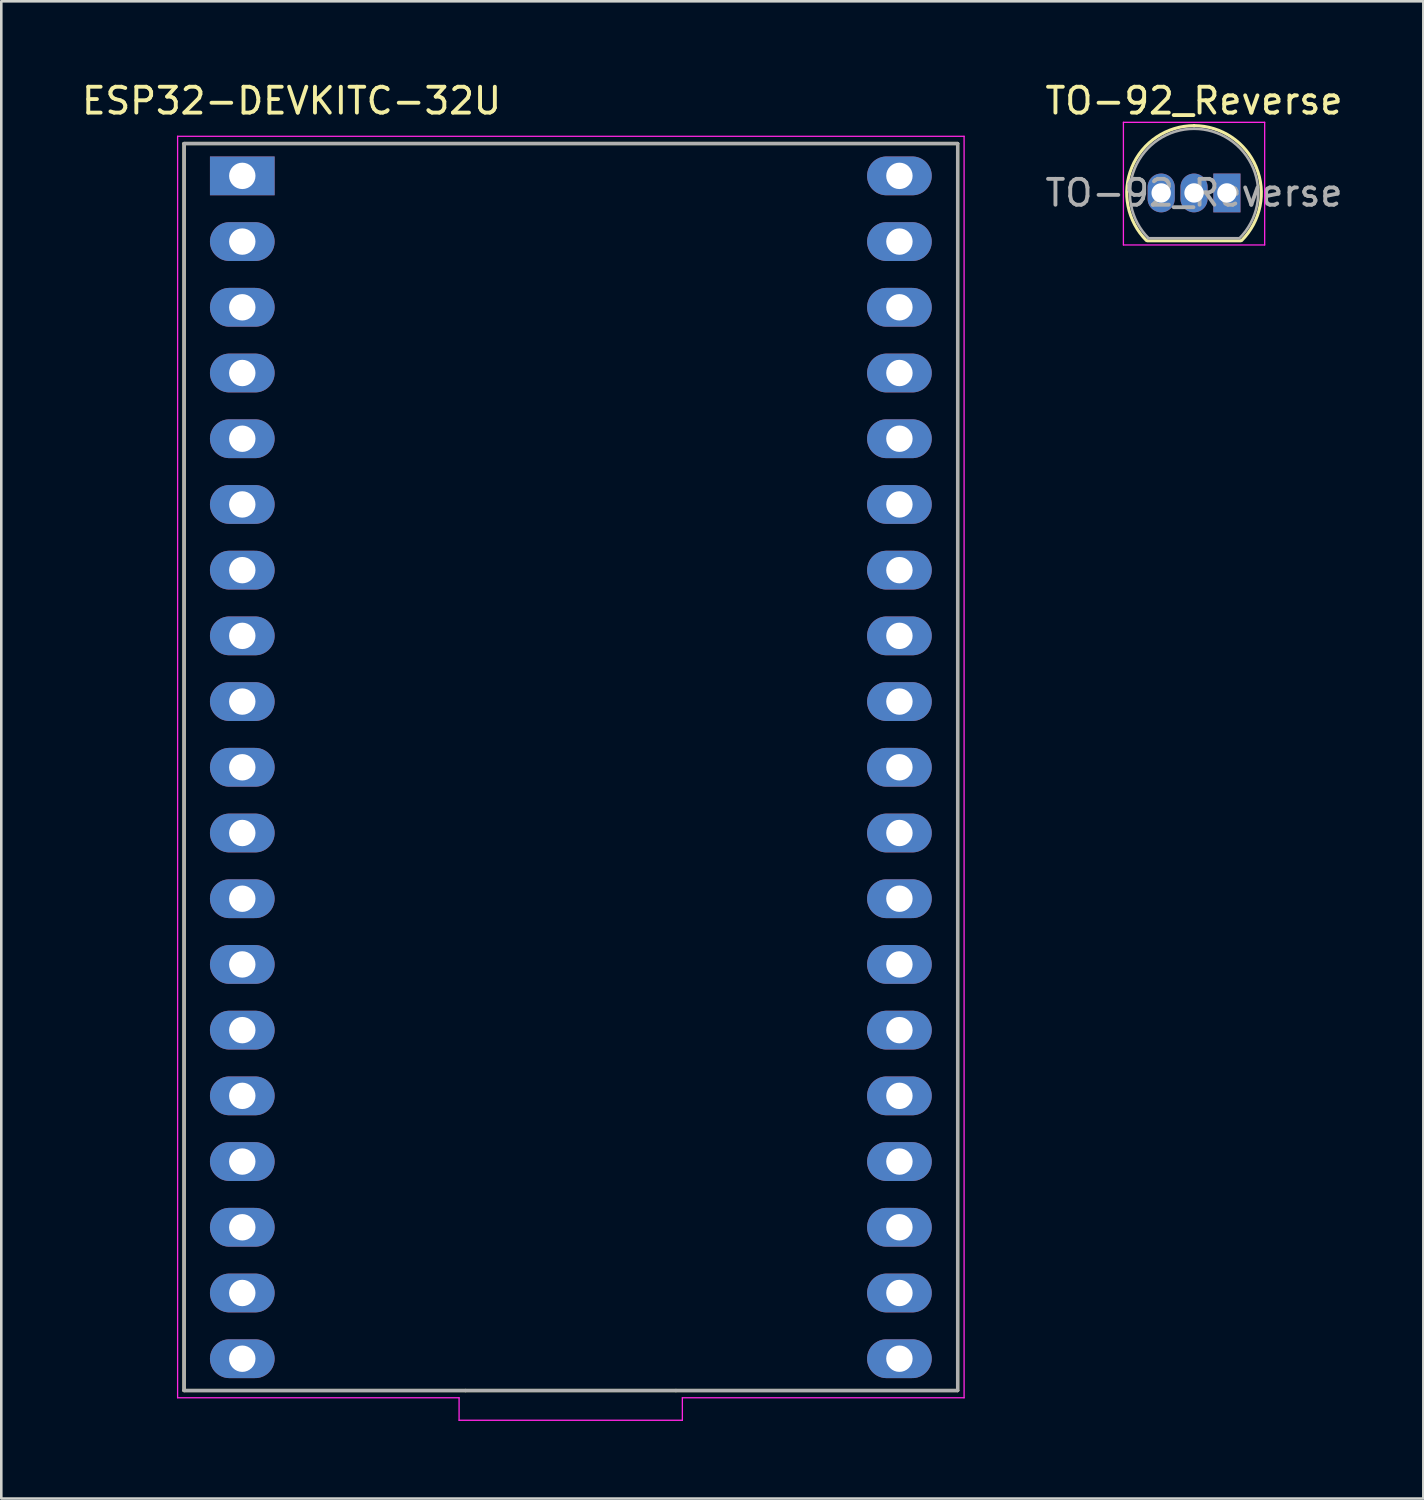
<source format=kicad_pcb>
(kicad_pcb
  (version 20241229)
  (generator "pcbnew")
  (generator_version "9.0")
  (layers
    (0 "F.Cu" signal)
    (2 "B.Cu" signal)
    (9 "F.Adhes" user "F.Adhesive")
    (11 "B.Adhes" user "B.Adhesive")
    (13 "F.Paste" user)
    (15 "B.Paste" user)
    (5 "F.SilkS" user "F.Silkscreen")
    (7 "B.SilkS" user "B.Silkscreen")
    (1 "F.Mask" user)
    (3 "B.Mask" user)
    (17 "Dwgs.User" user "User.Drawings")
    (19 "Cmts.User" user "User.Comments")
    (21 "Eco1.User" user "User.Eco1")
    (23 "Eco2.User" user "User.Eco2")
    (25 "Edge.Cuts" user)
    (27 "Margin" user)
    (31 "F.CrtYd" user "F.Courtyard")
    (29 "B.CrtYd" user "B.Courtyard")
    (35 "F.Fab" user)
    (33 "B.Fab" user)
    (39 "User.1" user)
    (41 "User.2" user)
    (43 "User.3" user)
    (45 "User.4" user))
  (footprint "ESP32-DEVKITC-32U"
    (layer "F.Cu")
    (at 19.015 26.598)
    (property "Reference" "ESP32-DEVKITC-32U" (at -10.795 -25.75 0) (layer "F.SilkS") (effects (font (size 1 1) (thickness 0.15))))
    (attr through_hole)
    (fp_line (start -14.95 -24.1) (end -14.95 24.1) (stroke (width 0.127) (type solid)) (layer "F.SilkS"))
    (fp_line (start -14.95 24.1) (end -4.07 24.1) (stroke (width 0.127) (type solid)) (layer "F.SilkS"))
    (fp_line (start -4.07 24.1) (end 4.06 24.1) (stroke (width 0.127) (type solid)) (layer "F.SilkS"))
    (fp_line (start 4.06 24.1) (end 14.95 24.1) (stroke (width 0.127) (type solid)) (layer "F.SilkS"))
    (fp_line (start 14.95 -24.1) (end -14.95 -24.1) (stroke (width 0.127) (type solid)) (layer "F.SilkS"))
    (fp_line (start 14.95 24.1) (end 14.95 -24.1) (stroke (width 0.127) (type solid)) (layer "F.SilkS"))
    (fp_line (start -15.2 -24.38) (end -15.2 24.38) (stroke (width 0.05) (type solid)) (layer "F.CrtYd"))
    (fp_line (start -15.2 -24.38) (end 15.2 -24.38) (stroke (width 0.05) (type solid)) (layer "F.CrtYd"))
    (fp_line (start -15.2 24.38) (end -4.32 24.38) (stroke (width 0.05) (type solid)) (layer "F.CrtYd"))
    (fp_line (start -4.32 24.38) (end -4.32 25.25) (stroke (width 0.05) (type solid)) (layer "F.CrtYd"))
    (fp_line (start -4.32 25.25) (end 4.31 25.25) (stroke (width 0.05) (type solid)) (layer "F.CrtYd"))
    (fp_line (start 4.31 24.38) (end 15.2 24.38) (stroke (width 0.05) (type solid)) (layer "F.CrtYd"))
    (fp_line (start 4.31 25.25) (end 4.31 24.38) (stroke (width 0.05) (type solid)) (layer "F.CrtYd"))
    (fp_line (start 15.2 24.38) (end 15.2 -24.38) (stroke (width 0.05) (type solid)) (layer "F.CrtYd"))
    (fp_line (start -14.95 -24.1) (end -14.95 24.1) (stroke (width 0.127) (type solid)) (layer "F.Fab"))
    (fp_line (start -14.95 24.1) (end -4.07 24.1) (stroke (width 0.127) (type solid)) (layer "F.Fab"))
    (fp_line (start -4.07 24.1) (end 4.06 24.1) (stroke (width 0.127) (type solid)) (layer "F.Fab"))
    (fp_line (start 4.06 24.1) (end 14.95 24.1) (stroke (width 0.127) (type solid)) (layer "F.Fab"))
    (fp_line (start 14.95 -24.1) (end -14.95 -24.1) (stroke (width 0.127) (type solid)) (layer "F.Fab"))
    (fp_line (start 14.95 24.1) (end 14.95 -24.1) (stroke (width 0.127) (type solid)) (layer "F.Fab"))
    (pad "1" thru_hole rect (at -12.7 -22.85) (size 2.5 1.5) (drill 1.02) (layers "*.Cu" "*.Mask"))
    (pad "2" thru_hole oval (at -12.7 -20.31) (size 2.5 1.5) (drill 1.02) (layers "*.Cu" "*.Mask"))
    (pad "3" thru_hole oval (at -12.7 -17.77) (size 2.5 1.5) (drill 1.02) (layers "*.Cu" "*.Mask"))
    (pad "4" thru_hole oval (at -12.7 -15.23) (size 2.5 1.5) (drill 1.02) (layers "*.Cu" "*.Mask"))
    (pad "5" thru_hole oval (at -12.7 -12.69) (size 2.5 1.5) (drill 1.02) (layers "*.Cu" "*.Mask"))
    (pad "6" thru_hole oval (at -12.7 -10.15) (size 2.5 1.5) (drill 1.02) (layers "*.Cu" "*.Mask"))
    (pad "7" thru_hole oval (at -12.7 -7.61) (size 2.5 1.5) (drill 1.02) (layers "*.Cu" "*.Mask"))
    (pad "8" thru_hole oval (at -12.7 -5.07) (size 2.5 1.5) (drill 1.02) (layers "*.Cu" "*.Mask"))
    (pad "9" thru_hole oval (at -12.7 -2.53) (size 2.5 1.5) (drill 1.02) (layers "*.Cu" "*.Mask"))
    (pad "10" thru_hole oval (at -12.7 0.01) (size 2.5 1.5) (drill 1.02) (layers "*.Cu" "*.Mask"))
    (pad "11" thru_hole oval (at -12.7 2.55) (size 2.5 1.5) (drill 1.02) (layers "*.Cu" "*.Mask"))
    (pad "12" thru_hole oval (at -12.7 5.09) (size 2.5 1.5) (drill 1.02) (layers "*.Cu" "*.Mask"))
    (pad "13" thru_hole oval (at -12.7 7.63) (size 2.5 1.5) (drill 1.02) (layers "*.Cu" "*.Mask"))
    (pad "14" thru_hole oval (at -12.7 10.17) (size 2.5 1.5) (drill 1.02) (layers "*.Cu" "*.Mask"))
    (pad "15" thru_hole oval (at -12.7 12.71) (size 2.5 1.5) (drill 1.02) (layers "*.Cu" "*.Mask"))
    (pad "16" thru_hole oval (at -12.7 15.25) (size 2.5 1.5) (drill 1.02) (layers "*.Cu" "*.Mask"))
    (pad "17" thru_hole oval (at -12.7 17.79) (size 2.5 1.5) (drill 1.02) (layers "*.Cu" "*.Mask"))
    (pad "18" thru_hole oval (at -12.7 20.33) (size 2.5 1.5) (drill 1.02) (layers "*.Cu" "*.Mask"))
    (pad "19" thru_hole oval (at -12.7 22.87) (size 2.5 1.5) (drill 1.02) (layers "*.Cu" "*.Mask"))
    (pad "20" thru_hole oval (at 12.7 22.87) (size 2.5 1.5) (drill 1.02) (layers "*.Cu" "*.Mask"))
    (pad "21" thru_hole oval (at 12.7 20.33) (size 2.5 1.5) (drill 1.02) (layers "*.Cu" "*.Mask"))
    (pad "22" thru_hole oval (at 12.7 17.79) (size 2.5 1.5) (drill 1.02) (layers "*.Cu" "*.Mask"))
    (pad "23" thru_hole oval (at 12.7 15.25) (size 2.5 1.5) (drill 1.02) (layers "*.Cu" "*.Mask"))
    (pad "24" thru_hole oval (at 12.7 12.71) (size 2.5 1.5) (drill 1.02) (layers "*.Cu" "*.Mask"))
    (pad "25" thru_hole oval (at 12.7 10.17) (size 2.5 1.5) (drill 1.02) (layers "*.Cu" "*.Mask"))
    (pad "26" thru_hole oval (at 12.7 7.63) (size 2.5 1.5) (drill 1.02) (layers "*.Cu" "*.Mask"))
    (pad "27" thru_hole oval (at 12.7 5.09) (size 2.5 1.5) (drill 1.02) (layers "*.Cu" "*.Mask"))
    (pad "28" thru_hole oval (at 12.7 2.55) (size 2.5 1.5) (drill 1.02) (layers "*.Cu" "*.Mask"))
    (pad "29" thru_hole oval (at 12.7 0.01) (size 2.5 1.5) (drill 1.02) (layers "*.Cu" "*.Mask"))
    (pad "30" thru_hole oval (at 12.7 -2.53) (size 2.5 1.5) (drill 1.02) (layers "*.Cu" "*.Mask"))
    (pad "31" thru_hole oval (at 12.7 -5.07) (size 2.5 1.5) (drill 1.02) (layers "*.Cu" "*.Mask"))
    (pad "32" thru_hole oval (at 12.7 -7.61) (size 2.5 1.5) (drill 1.02) (layers "*.Cu" "*.Mask"))
    (pad "33" thru_hole oval (at 12.7 -10.15) (size 2.5 1.5) (drill 1.02) (layers "*.Cu" "*.Mask"))
    (pad "34" thru_hole oval (at 12.7 -12.69) (size 2.5 1.5) (drill 1.02) (layers "*.Cu" "*.Mask"))
    (pad "35" thru_hole oval (at 12.7 -15.23) (size 2.5 1.5) (drill 1.02) (layers "*.Cu" "*.Mask"))
    (pad "36" thru_hole oval (at 12.7 -17.77) (size 2.5 1.5) (drill 1.02) (layers "*.Cu" "*.Mask"))
    (pad "37" thru_hole oval (at 12.7 -20.31) (size 2.5 1.5) (drill 1.02) (layers "*.Cu" "*.Mask"))
    (pad "38" thru_hole oval (at 12.7 -22.85) (size 2.5 1.5) (drill 1.02) (layers "*.Cu" "*.Mask")))
  (footprint "TO-92_Reverse"
    (layer "F.Cu")
    (at 41.833 4.408)
    (property "Reference" "TO-92_Reverse" (at 1.27 -3.56 0) (layer "F.SilkS") (effects (font (size 1 1) (thickness 0.15))))
    (attr through_hole)
    (fp_line (start -0.53 1.85) (end 3.07 1.85) (stroke (width 0.12) (type solid)) (layer "F.SilkS"))
    (fp_arc (start -0.568478 1.838478) (mid -1.132087 -0.994977) (end 1.27 -2.6) (stroke (width 0.12) (type solid)) (layer "F.SilkS"))
    (fp_arc (start 1.27 -2.6) (mid 3.672087 -0.994977) (end 3.108478 1.838478) (stroke (width 0.12) (type solid)) (layer "F.SilkS"))
    (fp_line (start -1.46 -2.73) (end -1.46 2.01) (stroke (width 0.05) (type solid)) (layer "F.CrtYd"))
    (fp_line (start -1.46 -2.73) (end 4 -2.73) (stroke (width 0.05) (type solid)) (layer "F.CrtYd"))
    (fp_line (start 4 2.01) (end -1.46 2.01) (stroke (width 0.05) (type solid)) (layer "F.CrtYd"))
    (fp_line (start 4 2.01) (end 4 -2.73) (stroke (width 0.05) (type solid)) (layer "F.CrtYd"))
    (fp_line (start -0.5 1.75) (end 3 1.75) (stroke (width 0.1) (type solid)) (layer "F.Fab"))
    (fp_arc (start -0.483625 1.753625) (mid -1.021221 -0.949055) (end 1.27 -2.48) (stroke (width 0.1) (type solid)) (layer "F.Fab"))
    (fp_arc (start 1.27 -2.48) (mid 3.561221 -0.949055) (end 3.023625 1.753625) (stroke (width 0.1) (type solid)) (layer "F.Fab"))
    (fp_text user "${REFERENCE}" (at 1.27 0 0) (layer "F.Fab") (effects (font (size 1 1) (thickness 0.15))))
    (pad "1" thru_hole rect (at 2.54 0) (size 1.05 1.5) (drill 0.75) (layers "*.Cu" "*.Mask"))
    (pad "2" thru_hole oval (at 1.27 0) (size 1.05 1.5) (drill 0.75) (layers "*.Cu" "*.Mask"))
    (pad "3" thru_hole oval (at 0 0) (size 1.05 1.5) (drill 0.75) (layers "*.Cu" "*.Mask")))
  (gr_rect
    (start -3 -3)
    (end 51.966 54.873)
    (stroke (width 0.1) (type default))
    (fill no)
    (layer "Edge.Cuts")))
</source>
